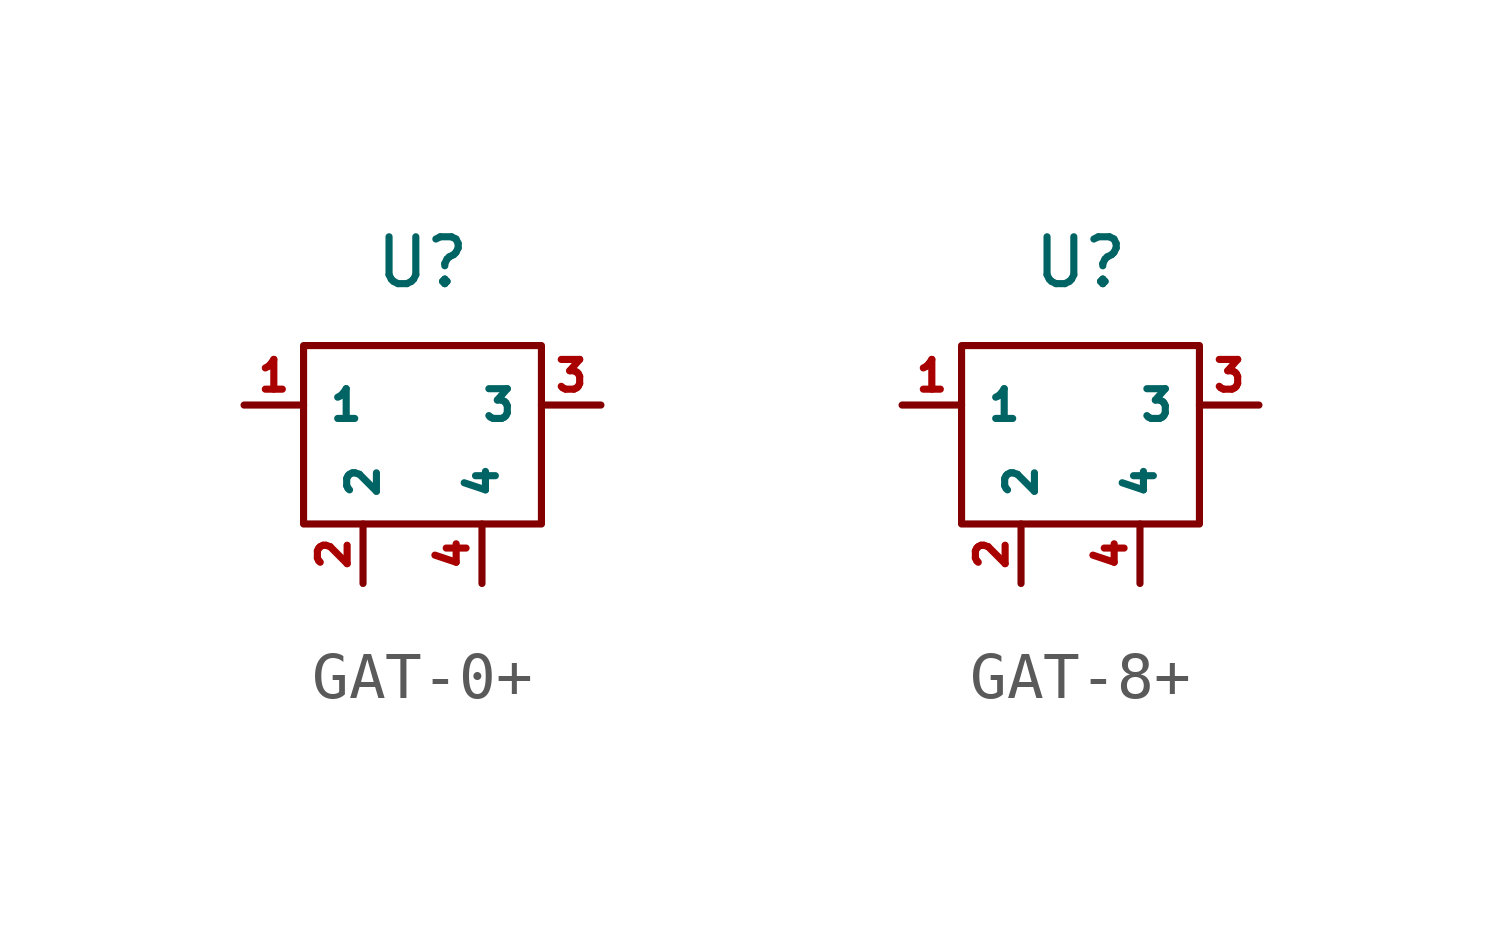
<source format=kicad_sym>
(kicad_symbol_lib
  (version 20231120)
  (generator "kicad_symbol_editor")
  (generator_version "8.0")
  (symbol "GAT-0+"
    (property "Reference" "U"
      (at 0 3.048 0)
      (effects (font (size 1 1))))
    (property "Value" ""
      (at 0 0 0)
      (effects (font (size 1.27 1.27))))
    (symbol "GAT-0+_0_1"
      (rectangle (start -2.54 1.27) (end 2.54 -2.54) (stroke (width 0) (type default)) (fill (type none))))
    (symbol "GAT-0+_1_1"
      (pin passive line (at -3.81 0 0) (length 1.27) (name "1" (effects (font (size 0.635 0.635)))) (number "1" (effects (font (size 0.635 0.635)))))
      (pin passive line (at -1.27 -3.81 90) (length 1.27) (name "2" (effects (font (size 0.635 0.635)))) (number "2" (effects (font (size 0.635 0.635)))))
      (pin passive line (at 3.81 0 180) (length 1.27) (name "3" (effects (font (size 0.635 0.635)))) (number "3" (effects (font (size 0.635 0.635)))))
      (pin passive line (at 1.27 -3.81 90) (length 1.27) (name "4" (effects (font (size 0.635 0.635)))) (number "4" (effects (font (size 0.635 0.635)))))))
  (symbol "GAT-8+"
    (property "Reference" "U"
      (at 0 3.048 0)
      (effects (font (size 1 1))))
    (property "Value" ""
      (at 0 0 0)
      (effects (font (size 1.27 1.27))))
    (symbol "GAT-8+_0_1"
      (rectangle (start -2.54 1.27) (end 2.54 -2.54) (stroke (width 0) (type default)) (fill (type none))))
    (symbol "GAT-8+_1_1"
      (pin passive line (at -3.81 0 0) (length 1.27) (name "1" (effects (font (size 0.635 0.635)))) (number "1" (effects (font (size 0.635 0.635)))))
      (pin passive line (at -1.27 -3.81 90) (length 1.27) (name "2" (effects (font (size 0.635 0.635)))) (number "2" (effects (font (size 0.635 0.635)))))
      (pin passive line (at 3.81 0 180) (length 1.27) (name "3" (effects (font (size 0.635 0.635)))) (number "3" (effects (font (size 0.635 0.635)))))
      (pin passive line (at 1.27 -3.81 90) (length 1.27) (name "4" (effects (font (size 0.635 0.635)))) (number "4" (effects (font (size 0.635 0.635))))))))
</source>
